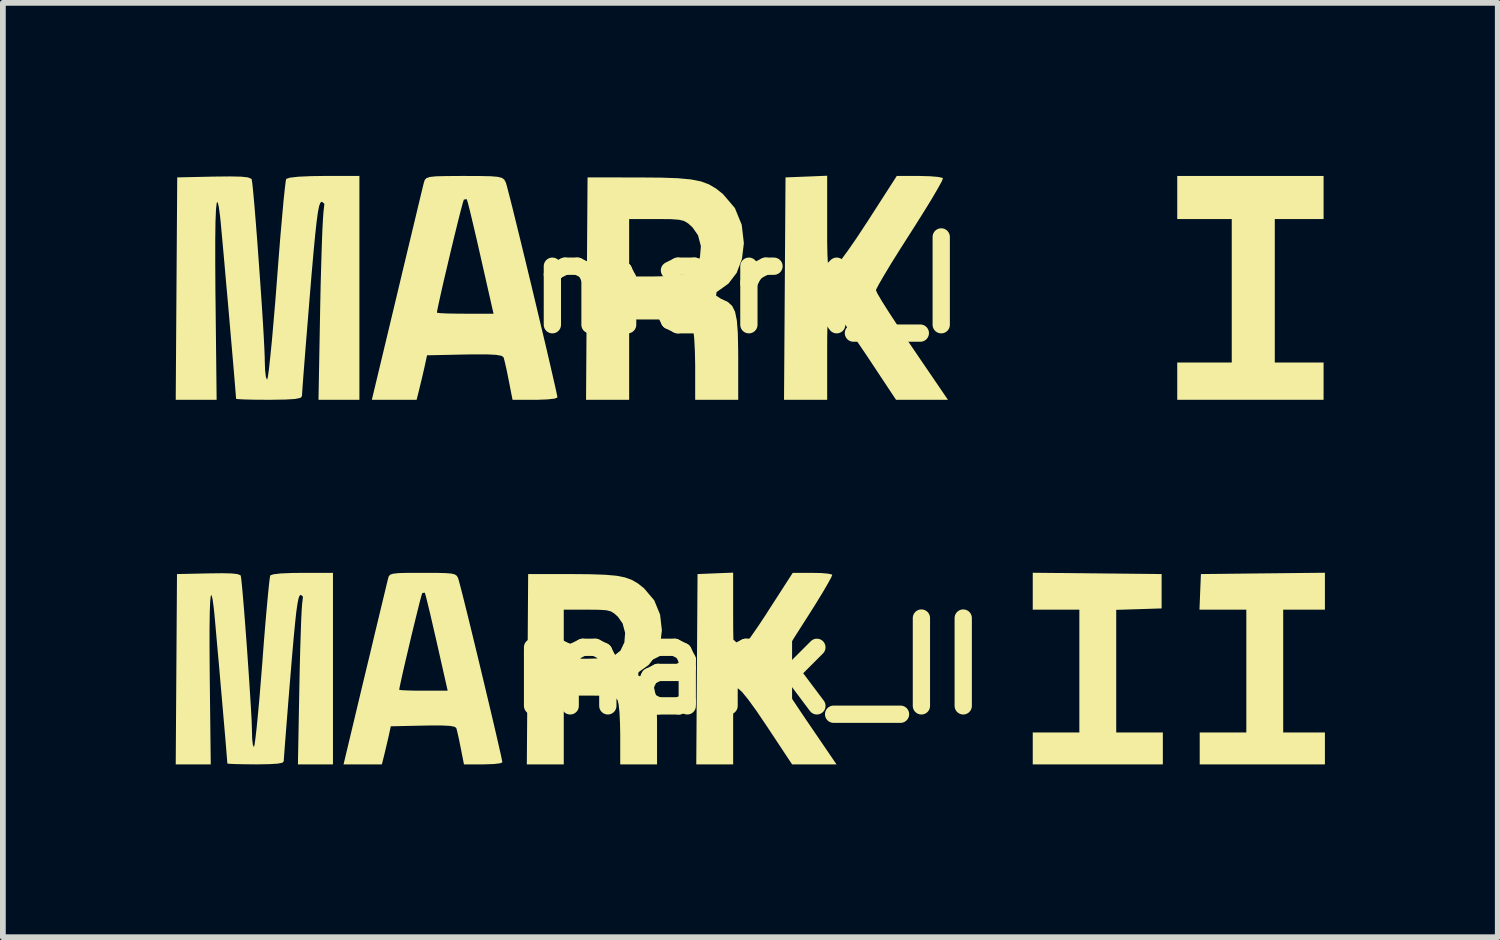
<source format=kicad_pcb>
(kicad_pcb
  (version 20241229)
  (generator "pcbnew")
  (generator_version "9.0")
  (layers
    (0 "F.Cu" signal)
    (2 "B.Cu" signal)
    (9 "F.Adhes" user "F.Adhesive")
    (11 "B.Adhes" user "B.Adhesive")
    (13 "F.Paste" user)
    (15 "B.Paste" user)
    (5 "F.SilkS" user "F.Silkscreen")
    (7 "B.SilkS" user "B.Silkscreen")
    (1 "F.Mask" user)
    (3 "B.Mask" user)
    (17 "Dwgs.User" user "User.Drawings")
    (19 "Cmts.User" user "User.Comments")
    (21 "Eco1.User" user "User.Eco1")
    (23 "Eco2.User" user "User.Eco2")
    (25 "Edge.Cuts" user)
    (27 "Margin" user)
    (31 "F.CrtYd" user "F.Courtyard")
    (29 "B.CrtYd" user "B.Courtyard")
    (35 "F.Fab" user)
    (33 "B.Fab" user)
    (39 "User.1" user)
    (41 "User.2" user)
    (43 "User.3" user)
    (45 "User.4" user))
  (footprint "mark_I"
    (layer "F.Cu")
    (at 9.912 1.897)
    (property "Reference" "mark_I" (at 0 0 0) (layer "F.SilkS") (effects (font (size 1.524 1.524) (thickness 0.3))))
    (attr board_only exclude_from_pos_files exclude_from_bom)
    (fp_poly (pts (xy 10.011 -1.145) (xy 9.164 -1.145) (xy 9.164 1.345) (xy 10.011 1.345) (xy 10.011 1.992) (xy 7.471 1.992) (xy 7.471 1.345) (xy 8.417 1.345) (xy 8.417 -1.145) (xy 7.471 -1.145) (xy 7.471 -1.893) (xy 10.011 -1.893)) (stroke (width 0) (type solid)) (fill yes) (layer "F.SilkS"))
    (fp_poly (pts (xy 1.395 -1.069) (xy 1.395 -0.764) (xy 1.399 -0.544) (xy 1.406 -0.397) (xy 1.419 -0.309) (xy 1.439 -0.267) (xy 1.466 -0.256) (xy 1.477 -0.258) (xy 1.529 -0.303) (xy 1.624 -0.42) (xy 1.752 -0.594) (xy 1.904 -0.813) (xy 2.069 -1.064) (xy 2.082 -1.083) (xy 2.603 -1.893) (xy 2.992 -1.893) (xy 3.178 -1.888) (xy 3.323 -1.876) (xy 3.399 -1.859) (xy 3.404 -1.854) (xy 3.386 -1.803) (xy 3.319 -1.681) (xy 3.214 -1.501) (xy 3.075 -1.275) (xy 2.912 -1.016) (xy 2.835 -0.895) (xy 2.662 -0.624) (xy 2.508 -0.378) (xy 2.383 -0.17) (xy 2.293 -0.015) (xy 2.246 0.076) (xy 2.242 0.091) (xy 2.268 0.15) (xy 2.344 0.279) (xy 2.46 0.463) (xy 2.609 0.691) (xy 2.782 0.951) (xy 2.866 1.075) (xy 3.491 1.992) (xy 2.59 1.992) (xy 2.079 1.221) (xy 1.869 0.911) (xy 1.701 0.678) (xy 1.576 0.525) (xy 1.497 0.454) (xy 1.482 0.45) (xy 1.448 0.457) (xy 1.425 0.49) (xy 1.409 0.562) (xy 1.4 0.689) (xy 1.396 0.884) (xy 1.395 1.162) (xy 1.395 1.22) (xy 1.395 1.992) (xy 0.646 1.992) (xy 0.672 -1.868) (xy 1.033 -1.882) (xy 1.395 -1.897)) (stroke (width 0) (type solid)) (fill yes) (layer "F.SilkS"))
    (fp_poly (pts (xy -1.868 -1.867) (xy -1.491 -1.864) (xy -1.198 -1.854) (xy -0.972 -1.833) (xy -0.797 -1.799) (xy -0.657 -1.747) (xy -0.535 -1.675) (xy -0.415 -1.58) (xy -0.411 -1.576) (xy -0.207 -1.336) (xy -0.088 -1.045) (xy -0.051 -0.727) (xy -0.084 -0.452) (xy -0.176 -0.211) (xy -0.318 -0.025) (xy -0.419 0.048) (xy -0.525 0.122) (xy -0.533 0.184) (xy -0.444 0.241) (xy -0.428 0.247) (xy -0.328 0.295) (xy -0.254 0.363) (xy -0.204 0.464) (xy -0.173 0.614) (xy -0.156 0.828) (xy -0.15 1.12) (xy -0.149 1.256) (xy -0.149 1.992) (xy -0.896 1.992) (xy -0.896 1.391) (xy -0.901 1.148) (xy -0.912 0.935) (xy -0.929 0.775) (xy -0.948 0.694) (xy -0.981 0.65) (xy -1.038 0.622) (xy -1.138 0.606) (xy -1.3 0.599) (xy -1.521 0.598) (xy -2.042 0.598) (xy -2.042 1.992) (xy -2.79 1.992) (xy -2.776 -0.149) (xy -2.042 -0.149) (xy -1.596 -0.149) (xy -1.38 -0.155) (xy -1.19 -0.172) (xy -1.057 -0.195) (xy -1.029 -0.205) (xy -0.891 -0.317) (xy -0.813 -0.483) (xy -0.797 -0.675) (xy -0.847 -0.864) (xy -0.942 -1) (xy -1.015 -1.067) (xy -1.085 -1.11) (xy -1.177 -1.133) (xy -1.316 -1.143) (xy -1.527 -1.145) (xy -1.565 -1.145) (xy -2.042 -1.145) (xy -2.042 -0.149) (xy -2.776 -0.149) (xy -2.764 -1.868)) (stroke (width 0) (type solid)) (fill yes) (layer "F.SilkS"))
    (fp_poly (pts (xy -4.633 -1.892) (xy -4.445 -1.888) (xy -4.324 -1.878) (xy -4.251 -1.86) (xy -4.211 -1.831) (xy -4.187 -1.788) (xy -4.183 -1.78) (xy -4.163 -1.713) (xy -4.124 -1.562) (xy -4.068 -1.342) (xy -4 -1.065) (xy -3.921 -0.744) (xy -3.836 -0.394) (xy -3.747 -0.026) (xy -3.658 0.346) (xy -3.572 0.708) (xy -3.491 1.048) (xy -3.42 1.353) (xy -3.361 1.609) (xy -3.317 1.802) (xy -3.292 1.921) (xy -3.287 1.952) (xy -3.333 1.971) (xy -3.454 1.985) (xy -3.628 1.992) (xy -3.676 1.992) (xy -4.066 1.992) (xy -4.132 1.656) (xy -4.168 1.477) (xy -4.201 1.333) (xy -4.221 1.256) (xy -4.257 1.229) (xy -4.35 1.212) (xy -4.511 1.204) (xy -4.753 1.204) (xy -4.897 1.206) (xy -5.55 1.22) (xy -5.593 1.419) (xy -5.636 1.606) (xy -5.681 1.792) (xy -5.684 1.805) (xy -5.731 1.992) (xy -6.508 1.992) (xy -6.146 0.48) (xy -5.379 0.48) (xy -5.333 0.487) (xy -5.208 0.494) (xy -5.026 0.497) (xy -4.888 0.498) (xy -4.396 0.498) (xy -4.619 -0.486) (xy -4.687 -0.785) (xy -4.749 -1.049) (xy -4.8 -1.264) (xy -4.838 -1.415) (xy -4.859 -1.486) (xy -4.861 -1.49) (xy -4.907 -1.484) (xy -4.912 -1.48) (xy -4.929 -1.427) (xy -4.964 -1.296) (xy -5.013 -1.103) (xy -5.071 -0.867) (xy -5.134 -0.606) (xy -5.197 -0.338) (xy -5.258 -0.081) (xy -5.31 0.148) (xy -5.35 0.33) (xy -5.374 0.447) (xy -5.379 0.48) (xy -6.146 0.48) (xy -6.07 0.162) (xy -5.971 -0.254) (xy -5.878 -0.642) (xy -5.794 -0.992) (xy -5.722 -1.292) (xy -5.665 -1.531) (xy -5.625 -1.696) (xy -5.605 -1.777) (xy -5.604 -1.78) (xy -5.589 -1.825) (xy -5.559 -1.856) (xy -5.499 -1.876) (xy -5.39 -1.887) (xy -5.219 -1.891) (xy -4.967 -1.893) (xy -4.904 -1.893)) (stroke (width 0) (type solid)) (fill yes) (layer "F.SilkS"))
    (fp_poly (pts (xy -6.724 1.992) (xy -7.434 1.992) (xy -7.405 0.411) (xy -7.397 0.018) (xy -7.387 -0.349) (xy -7.377 -0.675) (xy -7.367 -0.947) (xy -7.356 -1.153) (xy -7.347 -1.279) (xy -7.343 -1.307) (xy -7.332 -1.41) (xy -7.373 -1.444) (xy -7.381 -1.444) (xy -7.402 -1.427) (xy -7.423 -1.371) (xy -7.444 -1.265) (xy -7.466 -1.103) (xy -7.491 -0.875) (xy -7.52 -0.572) (xy -7.554 -0.186) (xy -7.587 0.212) (xy -7.619 0.609) (xy -7.649 0.976) (xy -7.675 1.301) (xy -7.696 1.57) (xy -7.711 1.773) (xy -7.719 1.897) (xy -7.721 1.93) (xy -7.748 1.959) (xy -7.84 1.978) (xy -8.007 1.988) (xy -8.261 1.992) (xy -8.292 1.992) (xy -8.518 1.991) (xy -8.702 1.987) (xy -8.824 1.981) (xy -8.865 1.975) (xy -8.869 1.912) (xy -8.881 1.766) (xy -8.899 1.549) (xy -8.922 1.278) (xy -8.949 0.967) (xy -8.978 0.631) (xy -9.008 0.284) (xy -9.039 -0.057) (xy -9.067 -0.38) (xy -9.093 -0.668) (xy -9.115 -0.908) (xy -9.131 -1.083) (xy -9.141 -1.18) (xy -9.141 -1.183) (xy -9.165 -1.361) (xy -9.185 -1.441) (xy -9.201 -1.425) (xy -9.213 -1.31) (xy -9.222 -1.097) (xy -9.226 -0.786) (xy -9.226 -0.375) (xy -9.223 0.134) (xy -9.221 0.274) (xy -9.202 1.992) (xy -9.912 1.992) (xy -9.899 0.062) (xy -9.886 -1.868) (xy -9.25 -1.882) (xy -8.97 -1.885) (xy -8.778 -1.881) (xy -8.659 -1.868) (xy -8.602 -1.845) (xy -8.593 -1.832) (xy -8.582 -1.759) (xy -8.566 -1.602) (xy -8.546 -1.377) (xy -8.523 -1.097) (xy -8.498 -0.778) (xy -8.473 -0.436) (xy -8.448 -0.086) (xy -8.424 0.258) (xy -8.403 0.579) (xy -8.386 0.863) (xy -8.374 1.095) (xy -8.367 1.26) (xy -8.367 1.307) (xy -8.361 1.476) (xy -8.347 1.596) (xy -8.327 1.644) (xy -8.326 1.644) (xy -8.313 1.596) (xy -8.294 1.46) (xy -8.271 1.247) (xy -8.243 0.969) (xy -8.214 0.637) (xy -8.182 0.262) (xy -8.156 -0.073) (xy -8.125 -0.477) (xy -8.095 -0.851) (xy -8.066 -1.181) (xy -8.041 -1.458) (xy -8.019 -1.668) (xy -8.003 -1.799) (xy -7.995 -1.841) (xy -7.932 -1.863) (xy -7.783 -1.88) (xy -7.56 -1.89) (xy -7.343 -1.893) (xy -6.724 -1.893)) (stroke (width 0) (type solid)) (fill yes) (layer "F.SilkS")))
  (footprint "mark_II"
    (layer "F.Cu")
    (at 9.931 8.512)
    (property "Reference" "mark_II" (at 0 0 0) (layer "F.SilkS") (effects (font (size 1.524 1.524) (thickness 0.3))))
    (attr board_only exclude_from_pos_files exclude_from_bom)
    (fp_poly (pts (xy 7.181 -1.598) (xy 7.181 -1.002) (xy 6.787 -0.989) (xy 6.393 -0.977) (xy 6.393 1.151) (xy 7.202 1.151) (xy 7.202 1.705) (xy 4.944 1.705) (xy 4.944 1.151) (xy 5.753 1.151) (xy 5.753 -0.98) (xy 4.944 -0.98) (xy 4.944 -1.621)) (stroke (width 0) (type solid)) (fill yes) (layer "F.SilkS"))
    (fp_poly (pts (xy 10.015 -0.98) (xy 9.291 -0.98) (xy 9.291 1.151) (xy 10.015 1.151) (xy 10.015 1.705) (xy 7.842 1.705) (xy 7.842 1.151) (xy 8.651 1.151) (xy 8.651 -0.98) (xy 7.838 -0.98) (xy 7.85 -1.289) (xy 7.863 -1.598) (xy 8.939 -1.61) (xy 10.015 -1.621)) (stroke (width 0) (type solid)) (fill yes) (layer "F.SilkS"))
    (fp_poly (pts (xy -0.256 -0.915) (xy -0.255 -0.653) (xy -0.252 -0.465) (xy -0.246 -0.339) (xy -0.235 -0.264) (xy -0.218 -0.228) (xy -0.194 -0.219) (xy -0.185 -0.221) (xy -0.14 -0.259) (xy -0.059 -0.359) (xy 0.05 -0.508) (xy 0.18 -0.696) (xy 0.322 -0.91) (xy 0.332 -0.927) (xy 0.778 -1.619) (xy 1.111 -1.619) (xy 1.271 -1.616) (xy 1.394 -1.605) (xy 1.46 -1.59) (xy 1.464 -1.587) (xy 1.448 -1.543) (xy 1.391 -1.439) (xy 1.301 -1.284) (xy 1.183 -1.091) (xy 1.043 -0.869) (xy 0.977 -0.766) (xy 0.829 -0.534) (xy 0.697 -0.323) (xy 0.59 -0.146) (xy 0.513 -0.013) (xy 0.473 0.065) (xy 0.469 0.078) (xy 0.492 0.129) (xy 0.557 0.238) (xy 0.656 0.396) (xy 0.783 0.592) (xy 0.931 0.813) (xy 1.003 0.92) (xy 1.538 1.705) (xy 0.767 1.705) (xy 0.33 1.045) (xy 0.151 0.78) (xy 0.006 0.58) (xy -0.101 0.449) (xy -0.168 0.389) (xy -0.181 0.385) (xy -0.21 0.391) (xy -0.23 0.419) (xy -0.243 0.481) (xy -0.251 0.589) (xy -0.255 0.756) (xy -0.256 0.994) (xy -0.256 1.044) (xy -0.256 1.705) (xy -0.896 1.705) (xy -0.885 0.053) (xy -0.874 -1.598) (xy -0.565 -1.611) (xy -0.256 -1.623)) (stroke (width 0) (type solid)) (fill yes) (layer "F.SilkS"))
    (fp_poly (pts (xy -3.047 -1.598) (xy -2.725 -1.595) (xy -2.474 -1.586) (xy -2.281 -1.569) (xy -2.131 -1.539) (xy -2.011 -1.495) (xy -1.907 -1.434) (xy -1.804 -1.352) (xy -1.801 -1.349) (xy -1.626 -1.143) (xy -1.524 -0.894) (xy -1.493 -0.622) (xy -1.521 -0.387) (xy -1.6 -0.18) (xy -1.721 -0.022) (xy -1.808 0.041) (xy -1.898 0.104) (xy -1.905 0.158) (xy -1.829 0.206) (xy -1.816 0.211) (xy -1.73 0.253) (xy -1.667 0.31) (xy -1.624 0.397) (xy -1.597 0.525) (xy -1.582 0.708) (xy -1.577 0.959) (xy -1.577 1.075) (xy -1.577 1.705) (xy -2.216 1.705) (xy -2.216 1.19) (xy -2.22 0.983) (xy -2.229 0.8) (xy -2.244 0.663) (xy -2.26 0.594) (xy -2.289 0.557) (xy -2.337 0.533) (xy -2.423 0.519) (xy -2.561 0.513) (xy -2.75 0.511) (xy -3.196 0.511) (xy -3.196 1.705) (xy -3.837 1.705) (xy -3.825 0.053) (xy -3.824 -0.128) (xy -3.196 -0.128) (xy -2.815 -0.128) (xy -2.63 -0.133) (xy -2.468 -0.147) (xy -2.354 -0.167) (xy -2.329 -0.175) (xy -2.211 -0.271) (xy -2.144 -0.413) (xy -2.131 -0.577) (xy -2.174 -0.739) (xy -2.255 -0.856) (xy -2.318 -0.913) (xy -2.378 -0.95) (xy -2.456 -0.97) (xy -2.575 -0.978) (xy -2.755 -0.98) (xy -2.788 -0.98) (xy -3.196 -0.98) (xy -3.196 -0.128) (xy -3.824 -0.128) (xy -3.814 -1.598)) (stroke (width 0) (type solid)) (fill yes) (layer "F.SilkS"))
    (fp_poly (pts (xy -5.414 -1.619) (xy -5.253 -1.615) (xy -5.149 -1.607) (xy -5.087 -1.592) (xy -5.052 -1.567) (xy -5.031 -1.53) (xy -5.029 -1.524) (xy -5.012 -1.466) (xy -4.978 -1.337) (xy -4.93 -1.148) (xy -4.871 -0.911) (xy -4.804 -0.637) (xy -4.731 -0.337) (xy -4.655 -0.022) (xy -4.579 0.296) (xy -4.505 0.606) (xy -4.436 0.897) (xy -4.375 1.158) (xy -4.325 1.376) (xy -4.287 1.542) (xy -4.266 1.644) (xy -4.262 1.67) (xy -4.301 1.686) (xy -4.405 1.699) (xy -4.553 1.704) (xy -4.595 1.705) (xy -4.928 1.705) (xy -4.985 1.417) (xy -5.016 1.264) (xy -5.044 1.14) (xy -5.061 1.075) (xy -5.092 1.052) (xy -5.171 1.037) (xy -5.309 1.03) (xy -5.516 1.03) (xy -5.64 1.032) (xy -6.198 1.044) (xy -6.235 1.215) (xy -6.272 1.374) (xy -6.31 1.533) (xy -6.313 1.545) (xy -6.353 1.705) (xy -7.018 1.705) (xy -6.709 0.41) (xy -6.052 0.41) (xy -6.012 0.417) (xy -5.905 0.422) (xy -5.75 0.426) (xy -5.631 0.426) (xy -5.211 0.426) (xy -5.401 -0.416) (xy -5.46 -0.671) (xy -5.512 -0.898) (xy -5.557 -1.082) (xy -5.589 -1.211) (xy -5.607 -1.272) (xy -5.608 -1.275) (xy -5.648 -1.27) (xy -5.652 -1.266) (xy -5.667 -1.221) (xy -5.697 -1.109) (xy -5.738 -0.944) (xy -5.788 -0.742) (xy -5.842 -0.519) (xy -5.896 -0.289) (xy -5.948 -0.069) (xy -5.993 0.126) (xy -6.027 0.282) (xy -6.048 0.382) (xy -6.052 0.41) (xy -6.709 0.41) (xy -6.644 0.139) (xy -6.558 -0.217) (xy -6.479 -0.55) (xy -6.407 -0.849) (xy -6.345 -1.106) (xy -6.296 -1.31) (xy -6.262 -1.452) (xy -6.245 -1.521) (xy -6.245 -1.523) (xy -6.232 -1.562) (xy -6.206 -1.589) (xy -6.154 -1.605) (xy -6.062 -1.615) (xy -5.915 -1.619) (xy -5.699 -1.619) (xy -5.645 -1.619)) (stroke (width 0) (type solid)) (fill yes) (layer "F.SilkS"))
    (fp_poly (pts (xy -7.202 1.705) (xy -7.81 1.705) (xy -7.785 0.352) (xy -7.778 0.015) (xy -7.77 -0.298) (xy -7.761 -0.577) (xy -7.753 -0.811) (xy -7.744 -0.987) (xy -7.736 -1.095) (xy -7.732 -1.119) (xy -7.723 -1.207) (xy -7.758 -1.236) (xy -7.765 -1.236) (xy -7.783 -1.221) (xy -7.8 -1.173) (xy -7.818 -1.083) (xy -7.838 -0.944) (xy -7.859 -0.749) (xy -7.884 -0.489) (xy -7.913 -0.159) (xy -7.941 0.181) (xy -7.969 0.521) (xy -7.994 0.835) (xy -8.016 1.113) (xy -8.034 1.344) (xy -8.047 1.517) (xy -8.055 1.623) (xy -8.056 1.651) (xy -8.079 1.676) (xy -8.158 1.692) (xy -8.3 1.701) (xy -8.518 1.705) (xy -8.545 1.705) (xy -8.738 1.703) (xy -8.895 1.7) (xy -9 1.695) (xy -9.035 1.69) (xy -9.039 1.637) (xy -9.049 1.511) (xy -9.064 1.326) (xy -9.084 1.094) (xy -9.107 0.828) (xy -9.132 0.54) (xy -9.158 0.243) (xy -9.183 -0.049) (xy -9.208 -0.325) (xy -9.23 -0.572) (xy -9.248 -0.777) (xy -9.262 -0.927) (xy -9.271 -1.01) (xy -9.271 -1.012) (xy -9.292 -1.164) (xy -9.309 -1.233) (xy -9.323 -1.219) (xy -9.333 -1.121) (xy -9.34 -0.939) (xy -9.344 -0.672) (xy -9.344 -0.321) (xy -9.341 0.115) (xy -9.34 0.234) (xy -9.323 1.705) (xy -9.931 1.705) (xy -9.909 -1.598) (xy -9.364 -1.61) (xy -9.125 -1.613) (xy -8.96 -1.609) (xy -8.859 -1.598) (xy -8.81 -1.579) (xy -8.802 -1.567) (xy -8.793 -1.505) (xy -8.779 -1.371) (xy -8.762 -1.178) (xy -8.742 -0.939) (xy -8.721 -0.666) (xy -8.699 -0.373) (xy -8.678 -0.074) (xy -8.658 0.22) (xy -8.64 0.496) (xy -8.625 0.739) (xy -8.614 0.937) (xy -8.609 1.078) (xy -8.608 1.119) (xy -8.604 1.263) (xy -8.592 1.366) (xy -8.574 1.406) (xy -8.574 1.406) (xy -8.563 1.365) (xy -8.547 1.249) (xy -8.526 1.067) (xy -8.503 0.829) (xy -8.477 0.545) (xy -8.451 0.225) (xy -8.428 -0.062) (xy -8.402 -0.408) (xy -8.376 -0.728) (xy -8.351 -1.011) (xy -8.329 -1.247) (xy -8.311 -1.427) (xy -8.297 -1.54) (xy -8.29 -1.575) (xy -8.236 -1.594) (xy -8.109 -1.609) (xy -7.918 -1.617) (xy -7.733 -1.619) (xy -7.202 -1.619)) (stroke (width 0) (type solid)) (fill yes) (layer "F.SilkS")))
  (gr_rect
    (start -3 -3)
    (end 22.946 13.217)
    (stroke (width 0.1) (type default))
    (fill no)
    (layer "Edge.Cuts")))
</source>
